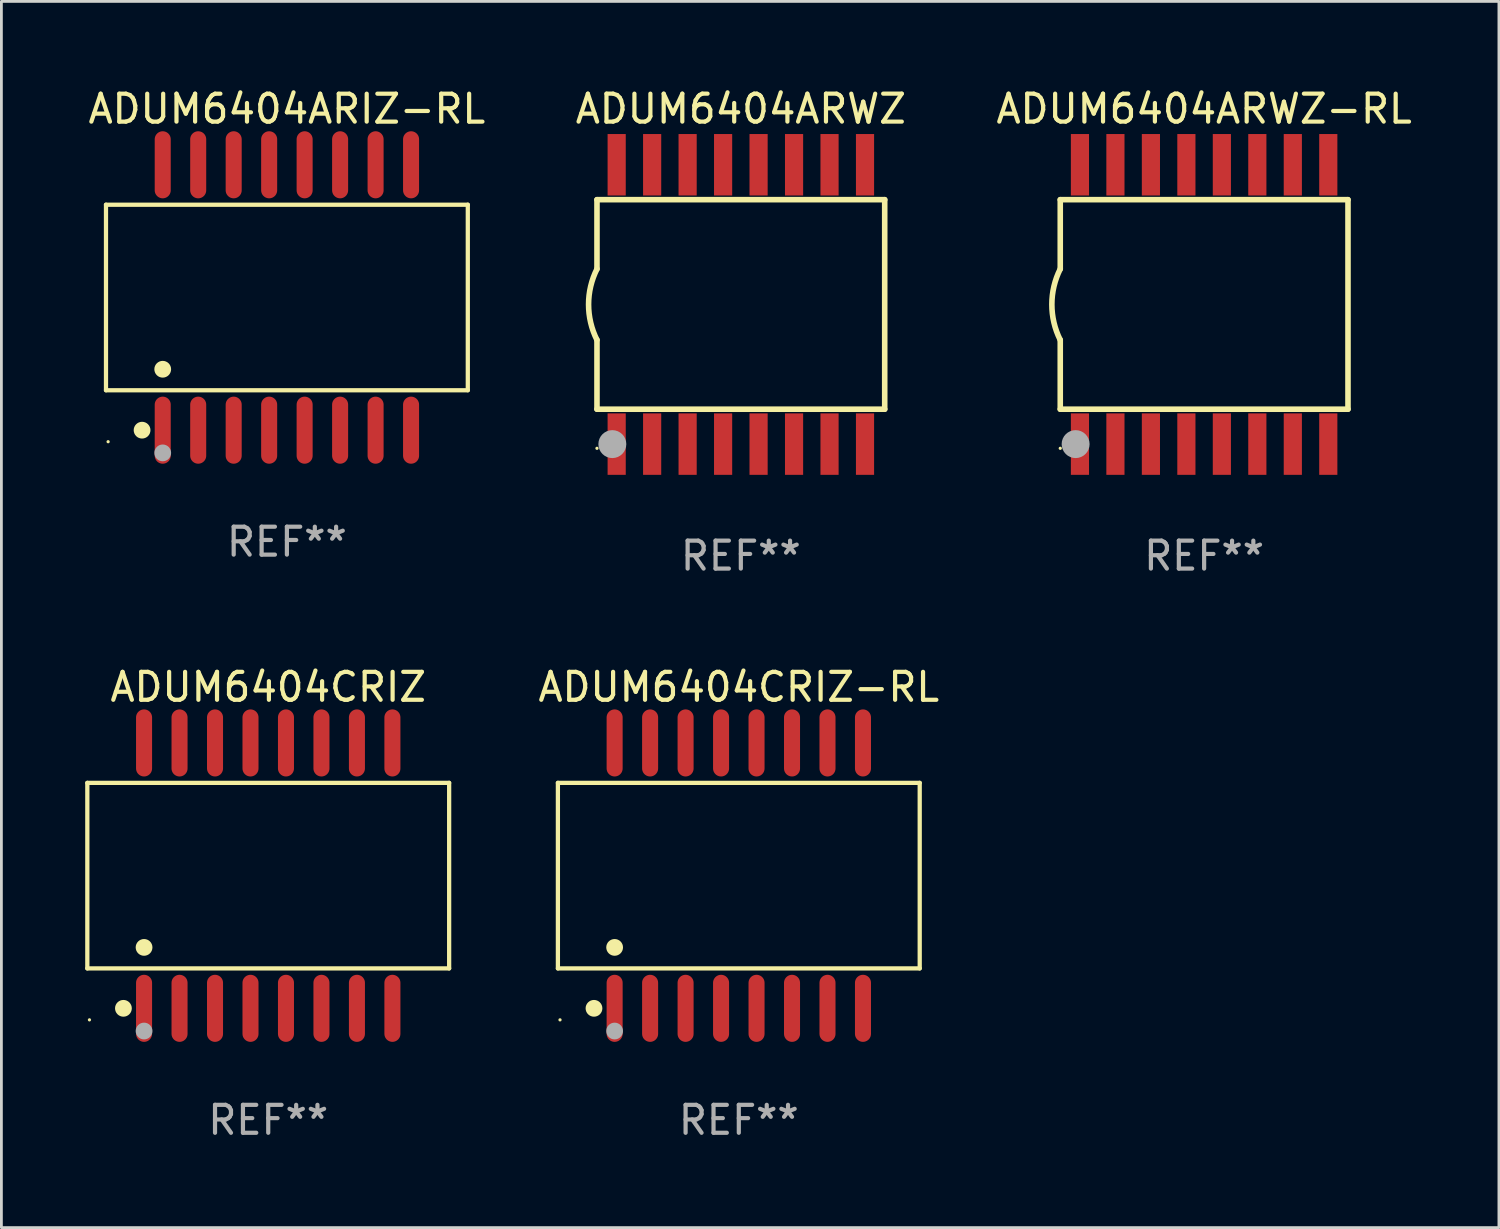
<source format=kicad_pcb>
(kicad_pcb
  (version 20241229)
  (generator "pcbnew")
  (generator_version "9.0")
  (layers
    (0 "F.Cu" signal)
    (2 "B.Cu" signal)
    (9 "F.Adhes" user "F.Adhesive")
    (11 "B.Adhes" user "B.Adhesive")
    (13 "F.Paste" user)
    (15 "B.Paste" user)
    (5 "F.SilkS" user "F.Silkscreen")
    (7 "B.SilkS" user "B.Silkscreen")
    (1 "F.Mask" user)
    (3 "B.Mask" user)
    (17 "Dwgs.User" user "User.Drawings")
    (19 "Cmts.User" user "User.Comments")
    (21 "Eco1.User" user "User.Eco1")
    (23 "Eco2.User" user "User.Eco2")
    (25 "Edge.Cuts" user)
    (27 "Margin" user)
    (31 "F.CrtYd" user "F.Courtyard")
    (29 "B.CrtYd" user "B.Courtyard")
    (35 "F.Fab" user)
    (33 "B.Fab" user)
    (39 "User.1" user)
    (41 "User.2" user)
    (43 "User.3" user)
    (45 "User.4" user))
  (footprint "ADUM6404ARIZ-RL"
    (layer "F.Cu")
    (at 7.22 7.599)
    (property "Reference" "ADUM6404ARIZ-RL" (at 0 -6.75 0) (layer "F.SilkS") (effects (font (size 1 1) (thickness 0.15))))
    (attr through_hole)
    (fp_line (start -6.476 -3.321) (end 6.476 -3.321) (stroke (width 0.152) (type solid)) (layer "F.SilkS"))
    (fp_line (start -6.476 3.321) (end -6.476 -3.321) (stroke (width 0.152) (type solid)) (layer "F.SilkS"))
    (fp_line (start 6.476 -3.321) (end 6.476 3.321) (stroke (width 0.152) (type solid)) (layer "F.SilkS"))
    (fp_line (start 6.476 3.321) (end -6.476 3.321) (stroke (width 0.152) (type solid)) (layer "F.SilkS"))
    (fp_circle (center -6.4 5.163) (end -6.37 5.163) (stroke (width 0.06) (type solid)) (fill no) (layer "F.SilkS"))
    (fp_circle (center -5.184 4.75) (end -5.034 4.75) (stroke (width 0.3) (type solid)) (fill no) (layer "F.SilkS"))
    (fp_circle (center -4.445 2.569) (end -4.295 2.569) (stroke (width 0.3) (type solid)) (fill no) (layer "F.SilkS"))
    (fp_circle (center -4.445 5.563) (end -4.295 5.563) (stroke (width 0.3) (type solid)) (fill no) (layer "F.Fab"))
    (fp_text user "REF**" (at 0 8.75 0) (layer "F.Fab") (effects (font (size 1 1) (thickness 0.15))))
    (pad "1" smd oval (at -4.445 4.75) (size 0.574 2.401) (layers "F.Cu" "F.Mask" "F.Paste"))
    (pad "2" smd oval (at -3.175 4.75) (size 0.574 2.401) (layers "F.Cu" "F.Mask" "F.Paste"))
    (pad "3" smd oval (at -1.905 4.75) (size 0.574 2.401) (layers "F.Cu" "F.Mask" "F.Paste"))
    (pad "4" smd oval (at -0.635 4.75) (size 0.574 2.401) (layers "F.Cu" "F.Mask" "F.Paste"))
    (pad "5" smd oval (at 0.635 4.75) (size 0.574 2.401) (layers "F.Cu" "F.Mask" "F.Paste"))
    (pad "6" smd oval (at 1.905 4.75) (size 0.574 2.401) (layers "F.Cu" "F.Mask" "F.Paste"))
    (pad "7" smd oval (at 3.175 4.75) (size 0.574 2.401) (layers "F.Cu" "F.Mask" "F.Paste"))
    (pad "8" smd oval (at 4.445 4.75) (size 0.574 2.401) (layers "F.Cu" "F.Mask" "F.Paste"))
    (pad "9" smd oval (at 4.445 -4.75) (size 0.574 2.401) (layers "F.Cu" "F.Mask" "F.Paste"))
    (pad "10" smd oval (at 3.175 -4.75) (size 0.574 2.401) (layers "F.Cu" "F.Mask" "F.Paste"))
    (pad "11" smd oval (at 1.905 -4.75) (size 0.574 2.401) (layers "F.Cu" "F.Mask" "F.Paste"))
    (pad "12" smd oval (at 0.635 -4.75) (size 0.574 2.401) (layers "F.Cu" "F.Mask" "F.Paste"))
    (pad "13" smd oval (at -0.635 -4.75) (size 0.574 2.401) (layers "F.Cu" "F.Mask" "F.Paste"))
    (pad "14" smd oval (at -1.905 -4.75) (size 0.574 2.401) (layers "F.Cu" "F.Mask" "F.Paste"))
    (pad "15" smd oval (at -3.175 -4.75) (size 0.574 2.401) (layers "F.Cu" "F.Mask" "F.Paste"))
    (pad "16" smd oval (at -4.445 -4.75) (size 0.574 2.401) (layers "F.Cu" "F.Mask" "F.Paste")))
  (footprint "ADUM6404CRIZ-RL"
    (layer "F.Cu")
    (at 23.397 28.295)
    (property "Reference" "ADUM6404CRIZ-RL" (at 0 -6.75 0) (layer "F.SilkS") (effects (font (size 1 1) (thickness 0.15))))
    (attr through_hole)
    (fp_line (start -6.476 -3.321) (end 6.476 -3.321) (stroke (width 0.152) (type solid)) (layer "F.SilkS"))
    (fp_line (start -6.476 3.321) (end -6.476 -3.321) (stroke (width 0.152) (type solid)) (layer "F.SilkS"))
    (fp_line (start 6.476 -3.321) (end 6.476 3.321) (stroke (width 0.152) (type solid)) (layer "F.SilkS"))
    (fp_line (start 6.476 3.321) (end -6.476 3.321) (stroke (width 0.152) (type solid)) (layer "F.SilkS"))
    (fp_circle (center -6.4 5.163) (end -6.37 5.163) (stroke (width 0.06) (type solid)) (fill no) (layer "F.SilkS"))
    (fp_circle (center -5.184 4.75) (end -5.034 4.75) (stroke (width 0.3) (type solid)) (fill no) (layer "F.SilkS"))
    (fp_circle (center -4.445 2.569) (end -4.295 2.569) (stroke (width 0.3) (type solid)) (fill no) (layer "F.SilkS"))
    (fp_circle (center -4.445 5.563) (end -4.295 5.563) (stroke (width 0.3) (type solid)) (fill no) (layer "F.Fab"))
    (fp_text user "REF**" (at 0 8.75 0) (layer "F.Fab") (effects (font (size 1 1) (thickness 0.15))))
    (pad "1" smd oval (at -4.445 4.75) (size 0.574 2.401) (layers "F.Cu" "F.Mask" "F.Paste"))
    (pad "2" smd oval (at -3.175 4.75) (size 0.574 2.401) (layers "F.Cu" "F.Mask" "F.Paste"))
    (pad "3" smd oval (at -1.905 4.75) (size 0.574 2.401) (layers "F.Cu" "F.Mask" "F.Paste"))
    (pad "4" smd oval (at -0.635 4.75) (size 0.574 2.401) (layers "F.Cu" "F.Mask" "F.Paste"))
    (pad "5" smd oval (at 0.635 4.75) (size 0.574 2.401) (layers "F.Cu" "F.Mask" "F.Paste"))
    (pad "6" smd oval (at 1.905 4.75) (size 0.574 2.401) (layers "F.Cu" "F.Mask" "F.Paste"))
    (pad "7" smd oval (at 3.175 4.75) (size 0.574 2.401) (layers "F.Cu" "F.Mask" "F.Paste"))
    (pad "8" smd oval (at 4.445 4.75) (size 0.574 2.401) (layers "F.Cu" "F.Mask" "F.Paste"))
    (pad "9" smd oval (at 4.445 -4.75) (size 0.574 2.401) (layers "F.Cu" "F.Mask" "F.Paste"))
    (pad "10" smd oval (at 3.175 -4.75) (size 0.574 2.401) (layers "F.Cu" "F.Mask" "F.Paste"))
    (pad "11" smd oval (at 1.905 -4.75) (size 0.574 2.401) (layers "F.Cu" "F.Mask" "F.Paste"))
    (pad "12" smd oval (at 0.635 -4.75) (size 0.574 2.401) (layers "F.Cu" "F.Mask" "F.Paste"))
    (pad "13" smd oval (at -0.635 -4.75) (size 0.574 2.401) (layers "F.Cu" "F.Mask" "F.Paste"))
    (pad "14" smd oval (at -1.905 -4.75) (size 0.574 2.401) (layers "F.Cu" "F.Mask" "F.Paste"))
    (pad "15" smd oval (at -3.175 -4.75) (size 0.574 2.401) (layers "F.Cu" "F.Mask" "F.Paste"))
    (pad "16" smd oval (at -4.445 -4.75) (size 0.574 2.401) (layers "F.Cu" "F.Mask" "F.Paste")))
  (footprint "ADUM6404ARWZ-RL"
    (layer "F.Cu")
    (at 40.054 7.848)
    (property "Reference" "ADUM6404ARWZ-RL" (at 0 -7 0) (layer "F.SilkS") (effects (font (size 1 1) (thickness 0.15))))
    (attr through_hole)
    (fp_line (start -5.15 -3.75) (end -5.15 -1.27) (stroke (width 0.2) (type solid)) (layer "F.SilkS"))
    (fp_line (start -5.15 -3.75) (end 5.15 -3.75) (stroke (width 0.2) (type solid)) (layer "F.SilkS"))
    (fp_line (start -5.15 3.75) (end -5.15 1.27) (stroke (width 0.2) (type solid)) (layer "F.SilkS"))
    (fp_line (start 5.15 -3.75) (end 5.15 3.75) (stroke (width 0.2) (type solid)) (layer "F.SilkS"))
    (fp_line (start 5.15 3.75) (end -5.15 3.75) (stroke (width 0.2) (type solid)) (layer "F.SilkS"))
    (fp_arc (start -5.151131 1.270003) (mid -5.450556 -0.000132) (end -5.150013 -1.270003) (stroke (width 0.2) (type solid)) (layer "F.SilkS"))
    (fp_circle (center -5.15 5.15) (end -5.12 5.15) (stroke (width 0.06) (type solid)) (fill no) (layer "F.SilkS"))
    (fp_circle (center -4.6 5) (end -4.35 5) (stroke (width 0.5) (type solid)) (fill no) (layer "F.Fab"))
    (fp_text user "REF**" (at 0 9 0) (layer "F.Fab") (effects (font (size 1 1) (thickness 0.15))))
    (pad "1" smd rect (at -4.445 5) (size 0.65 2.2) (layers "F.Cu" "F.Mask" "F.Paste"))
    (pad "2" smd rect (at -3.175 5) (size 0.65 2.2) (layers "F.Cu" "F.Mask" "F.Paste"))
    (pad "3" smd rect (at -1.905 5) (size 0.65 2.2) (layers "F.Cu" "F.Mask" "F.Paste"))
    (pad "4" smd rect (at -0.635 5) (size 0.65 2.2) (layers "F.Cu" "F.Mask" "F.Paste"))
    (pad "5" smd rect (at 0.635 5) (size 0.65 2.2) (layers "F.Cu" "F.Mask" "F.Paste"))
    (pad "6" smd rect (at 1.905 5) (size 0.65 2.2) (layers "F.Cu" "F.Mask" "F.Paste"))
    (pad "7" smd rect (at 3.175 5) (size 0.65 2.2) (layers "F.Cu" "F.Mask" "F.Paste"))
    (pad "8" smd rect (at 4.445 5) (size 0.65 2.2) (layers "F.Cu" "F.Mask" "F.Paste"))
    (pad "9" smd rect (at 4.445 -5) (size 0.65 2.2) (layers "F.Cu" "F.Mask" "F.Paste"))
    (pad "10" smd rect (at 3.175 -5) (size 0.65 2.2) (layers "F.Cu" "F.Mask" "F.Paste"))
    (pad "11" smd rect (at 1.905 -5) (size 0.65 2.2) (layers "F.Cu" "F.Mask" "F.Paste"))
    (pad "12" smd rect (at 0.635 -5) (size 0.65 2.2) (layers "F.Cu" "F.Mask" "F.Paste"))
    (pad "13" smd rect (at -0.635 -5) (size 0.65 2.2) (layers "F.Cu" "F.Mask" "F.Paste"))
    (pad "14" smd rect (at -1.905 -5) (size 0.65 2.2) (layers "F.Cu" "F.Mask" "F.Paste"))
    (pad "15" smd rect (at -3.175 -5) (size 0.65 2.2) (layers "F.Cu" "F.Mask" "F.Paste"))
    (pad "16" smd rect (at -4.445 -5) (size 0.65 2.2) (layers "F.Cu" "F.Mask" "F.Paste")))
  (footprint "ADUM6404ARWZ"
    (layer "F.Cu")
    (at 23.47 7.848)
    (property "Reference" "ADUM6404ARWZ" (at 0 -7 0) (layer "F.SilkS") (effects (font (size 1 1) (thickness 0.15))))
    (attr through_hole)
    (fp_line (start -5.15 -3.75) (end -5.15 -1.27) (stroke (width 0.2) (type solid)) (layer "F.SilkS"))
    (fp_line (start -5.15 -3.75) (end 5.15 -3.75) (stroke (width 0.2) (type solid)) (layer "F.SilkS"))
    (fp_line (start -5.15 3.75) (end -5.15 1.27) (stroke (width 0.2) (type solid)) (layer "F.SilkS"))
    (fp_line (start 5.15 -3.75) (end 5.15 3.75) (stroke (width 0.2) (type solid)) (layer "F.SilkS"))
    (fp_line (start 5.15 3.75) (end -5.15 3.75) (stroke (width 0.2) (type solid)) (layer "F.SilkS"))
    (fp_arc (start -5.151131 1.270003) (mid -5.450556 -0.000132) (end -5.150013 -1.270003) (stroke (width 0.2) (type solid)) (layer "F.SilkS"))
    (fp_circle (center -5.15 5.15) (end -5.12 5.15) (stroke (width 0.06) (type solid)) (fill no) (layer "F.SilkS"))
    (fp_circle (center -4.6 5) (end -4.35 5) (stroke (width 0.5) (type solid)) (fill no) (layer "F.Fab"))
    (fp_text user "REF**" (at 0 9 0) (layer "F.Fab") (effects (font (size 1 1) (thickness 0.15))))
    (pad "1" smd rect (at -4.445 5) (size 0.65 2.2) (layers "F.Cu" "F.Mask" "F.Paste"))
    (pad "2" smd rect (at -3.175 5) (size 0.65 2.2) (layers "F.Cu" "F.Mask" "F.Paste"))
    (pad "3" smd rect (at -1.905 5) (size 0.65 2.2) (layers "F.Cu" "F.Mask" "F.Paste"))
    (pad "4" smd rect (at -0.635 5) (size 0.65 2.2) (layers "F.Cu" "F.Mask" "F.Paste"))
    (pad "5" smd rect (at 0.635 5) (size 0.65 2.2) (layers "F.Cu" "F.Mask" "F.Paste"))
    (pad "6" smd rect (at 1.905 5) (size 0.65 2.2) (layers "F.Cu" "F.Mask" "F.Paste"))
    (pad "7" smd rect (at 3.175 5) (size 0.65 2.2) (layers "F.Cu" "F.Mask" "F.Paste"))
    (pad "8" smd rect (at 4.445 5) (size 0.65 2.2) (layers "F.Cu" "F.Mask" "F.Paste"))
    (pad "9" smd rect (at 4.445 -5) (size 0.65 2.2) (layers "F.Cu" "F.Mask" "F.Paste"))
    (pad "10" smd rect (at 3.175 -5) (size 0.65 2.2) (layers "F.Cu" "F.Mask" "F.Paste"))
    (pad "11" smd rect (at 1.905 -5) (size 0.65 2.2) (layers "F.Cu" "F.Mask" "F.Paste"))
    (pad "12" smd rect (at 0.635 -5) (size 0.65 2.2) (layers "F.Cu" "F.Mask" "F.Paste"))
    (pad "13" smd rect (at -0.635 -5) (size 0.65 2.2) (layers "F.Cu" "F.Mask" "F.Paste"))
    (pad "14" smd rect (at -1.905 -5) (size 0.65 2.2) (layers "F.Cu" "F.Mask" "F.Paste"))
    (pad "15" smd rect (at -3.175 -5) (size 0.65 2.2) (layers "F.Cu" "F.Mask" "F.Paste"))
    (pad "16" smd rect (at -4.445 -5) (size 0.65 2.2) (layers "F.Cu" "F.Mask" "F.Paste")))
  (footprint "ADUM6404CRIZ"
    (layer "F.Cu")
    (at 6.552 28.295)
    (property "Reference" "ADUM6404CRIZ" (at 0 -6.75 0) (layer "F.SilkS") (effects (font (size 1 1) (thickness 0.15))))
    (attr through_hole)
    (fp_line (start -6.476 -3.321) (end 6.476 -3.321) (stroke (width 0.152) (type solid)) (layer "F.SilkS"))
    (fp_line (start -6.476 3.321) (end -6.476 -3.321) (stroke (width 0.152) (type solid)) (layer "F.SilkS"))
    (fp_line (start 6.476 -3.321) (end 6.476 3.321) (stroke (width 0.152) (type solid)) (layer "F.SilkS"))
    (fp_line (start 6.476 3.321) (end -6.476 3.321) (stroke (width 0.152) (type solid)) (layer "F.SilkS"))
    (fp_circle (center -6.4 5.163) (end -6.37 5.163) (stroke (width 0.06) (type solid)) (fill no) (layer "F.SilkS"))
    (fp_circle (center -5.184 4.75) (end -5.034 4.75) (stroke (width 0.3) (type solid)) (fill no) (layer "F.SilkS"))
    (fp_circle (center -4.445 2.569) (end -4.295 2.569) (stroke (width 0.3) (type solid)) (fill no) (layer "F.SilkS"))
    (fp_circle (center -4.445 5.563) (end -4.295 5.563) (stroke (width 0.3) (type solid)) (fill no) (layer "F.Fab"))
    (fp_text user "REF**" (at 0 8.75 0) (layer "F.Fab") (effects (font (size 1 1) (thickness 0.15))))
    (pad "1" smd oval (at -4.445 4.75) (size 0.574 2.401) (layers "F.Cu" "F.Mask" "F.Paste"))
    (pad "2" smd oval (at -3.175 4.75) (size 0.574 2.401) (layers "F.Cu" "F.Mask" "F.Paste"))
    (pad "3" smd oval (at -1.905 4.75) (size 0.574 2.401) (layers "F.Cu" "F.Mask" "F.Paste"))
    (pad "4" smd oval (at -0.635 4.75) (size 0.574 2.401) (layers "F.Cu" "F.Mask" "F.Paste"))
    (pad "5" smd oval (at 0.635 4.75) (size 0.574 2.401) (layers "F.Cu" "F.Mask" "F.Paste"))
    (pad "6" smd oval (at 1.905 4.75) (size 0.574 2.401) (layers "F.Cu" "F.Mask" "F.Paste"))
    (pad "7" smd oval (at 3.175 4.75) (size 0.574 2.401) (layers "F.Cu" "F.Mask" "F.Paste"))
    (pad "8" smd oval (at 4.445 4.75) (size 0.574 2.401) (layers "F.Cu" "F.Mask" "F.Paste"))
    (pad "9" smd oval (at 4.445 -4.75) (size 0.574 2.401) (layers "F.Cu" "F.Mask" "F.Paste"))
    (pad "10" smd oval (at 3.175 -4.75) (size 0.574 2.401) (layers "F.Cu" "F.Mask" "F.Paste"))
    (pad "11" smd oval (at 1.905 -4.75) (size 0.574 2.401) (layers "F.Cu" "F.Mask" "F.Paste"))
    (pad "12" smd oval (at 0.635 -4.75) (size 0.574 2.401) (layers "F.Cu" "F.Mask" "F.Paste"))
    (pad "13" smd oval (at -0.635 -4.75) (size 0.574 2.401) (layers "F.Cu" "F.Mask" "F.Paste"))
    (pad "14" smd oval (at -1.905 -4.75) (size 0.574 2.401) (layers "F.Cu" "F.Mask" "F.Paste"))
    (pad "15" smd oval (at -3.175 -4.75) (size 0.574 2.401) (layers "F.Cu" "F.Mask" "F.Paste"))
    (pad "16" smd oval (at -4.445 -4.75) (size 0.574 2.401) (layers "F.Cu" "F.Mask" "F.Paste")))
  (gr_rect
    (start -3 -3)
    (end 50.607 40.894)
    (stroke (width 0.1) (type default))
    (fill no)
    (layer "Edge.Cuts")))
</source>
